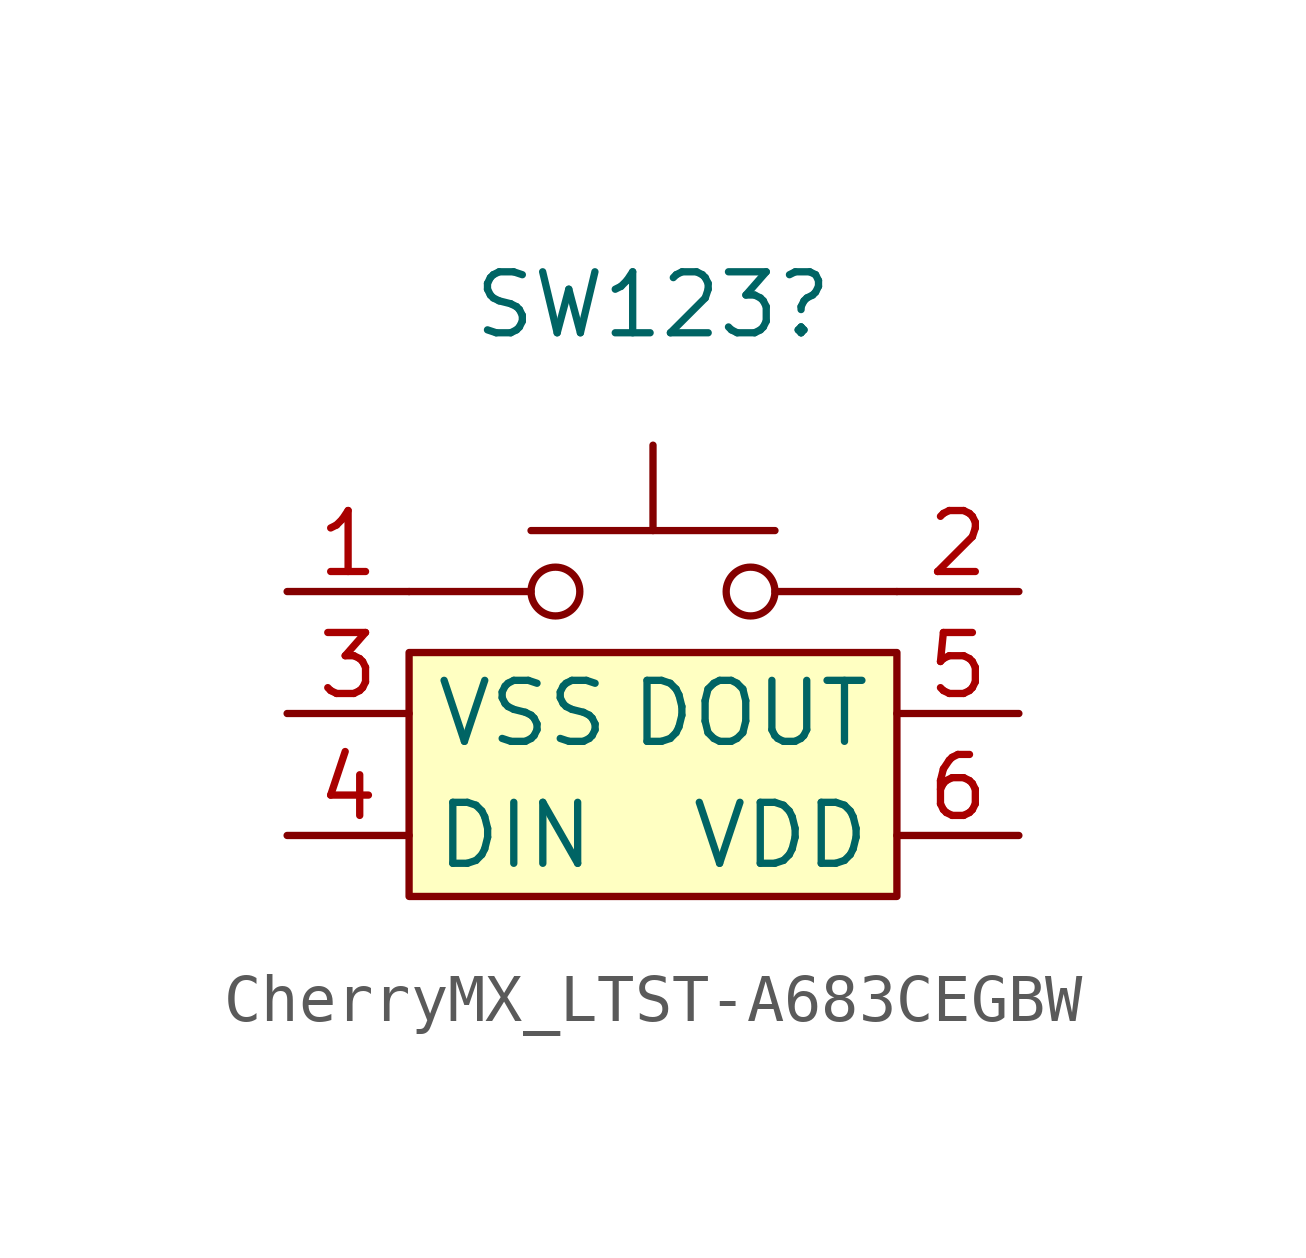
<source format=kicad_sym>
(kicad_symbol_lib
  (version 20230620)
  (generator kicad_symbol_editor)
  (symbol "CherryMX_LTST-A683CEGBW"
    (property "Reference" "SW123"
      (at 0 8.509 0)
      (effects (font (size 1.27 1.27))))
    (symbol "CherryMX_LTST-A683CEGBW_0_1"
      (rectangle (start -5.08 1.27) (end 5.08 -3.81) (stroke (width 0) (type default)) (fill (type background)))
      (polyline (pts (xy -5.08 2.54) (xy -2.54 2.54)) (stroke (width 0) (type default)) (fill (type none)))
      (polyline (pts (xy 2.54 2.54) (xy 5.08 2.54)) (stroke (width 0) (type default)) (fill (type none))))
    (symbol "CherryMX_LTST-A683CEGBW_1_1"
      (circle (center -2.032 2.54) (radius 0.508) (stroke (width 0) (type default)) (fill (type none)))
      (polyline (pts (xy 0 3.81) (xy 0 5.588)) (stroke (width 0) (type default)) (fill (type none)))
      (polyline (pts (xy 2.54 3.81) (xy -2.54 3.81)) (stroke (width 0) (type default)) (fill (type none)))
      (circle (center 2.032 2.54) (radius 0.508) (stroke (width 0) (type default)) (fill (type none)))
      (pin passive line (at -7.62 2.54 0) (length 2.54) (name "~" (effects (font (size 1.27 1.27)))) (number "1" (effects (font (size 1.27 1.27)))))
      (pin passive line (at 7.62 2.54 180) (length 2.54) (name "~" (effects (font (size 1.27 1.27)))) (number "2" (effects (font (size 1.27 1.27)))))
      (pin power_in line (at -7.62 0 0) (length 2.54) (name "VSS" (effects (font (size 1.27 1.27)))) (number "3" (effects (font (size 1.27 1.27)))))
      (pin input line (at -7.62 -2.54 0) (length 2.54) (name "DIN" (effects (font (size 1.27 1.27)))) (number "4" (effects (font (size 1.27 1.27)))))
      (pin output line (at 7.62 0 180) (length 2.54) (name "DOUT" (effects (font (size 1.27 1.27)))) (number "5" (effects (font (size 1.27 1.27)))))
      (pin power_in line (at 7.62 -2.54 180) (length 2.54) (name "VDD" (effects (font (size 1.27 1.27)))) (number "6" (effects (font (size 1.27 1.27))))))))
</source>
